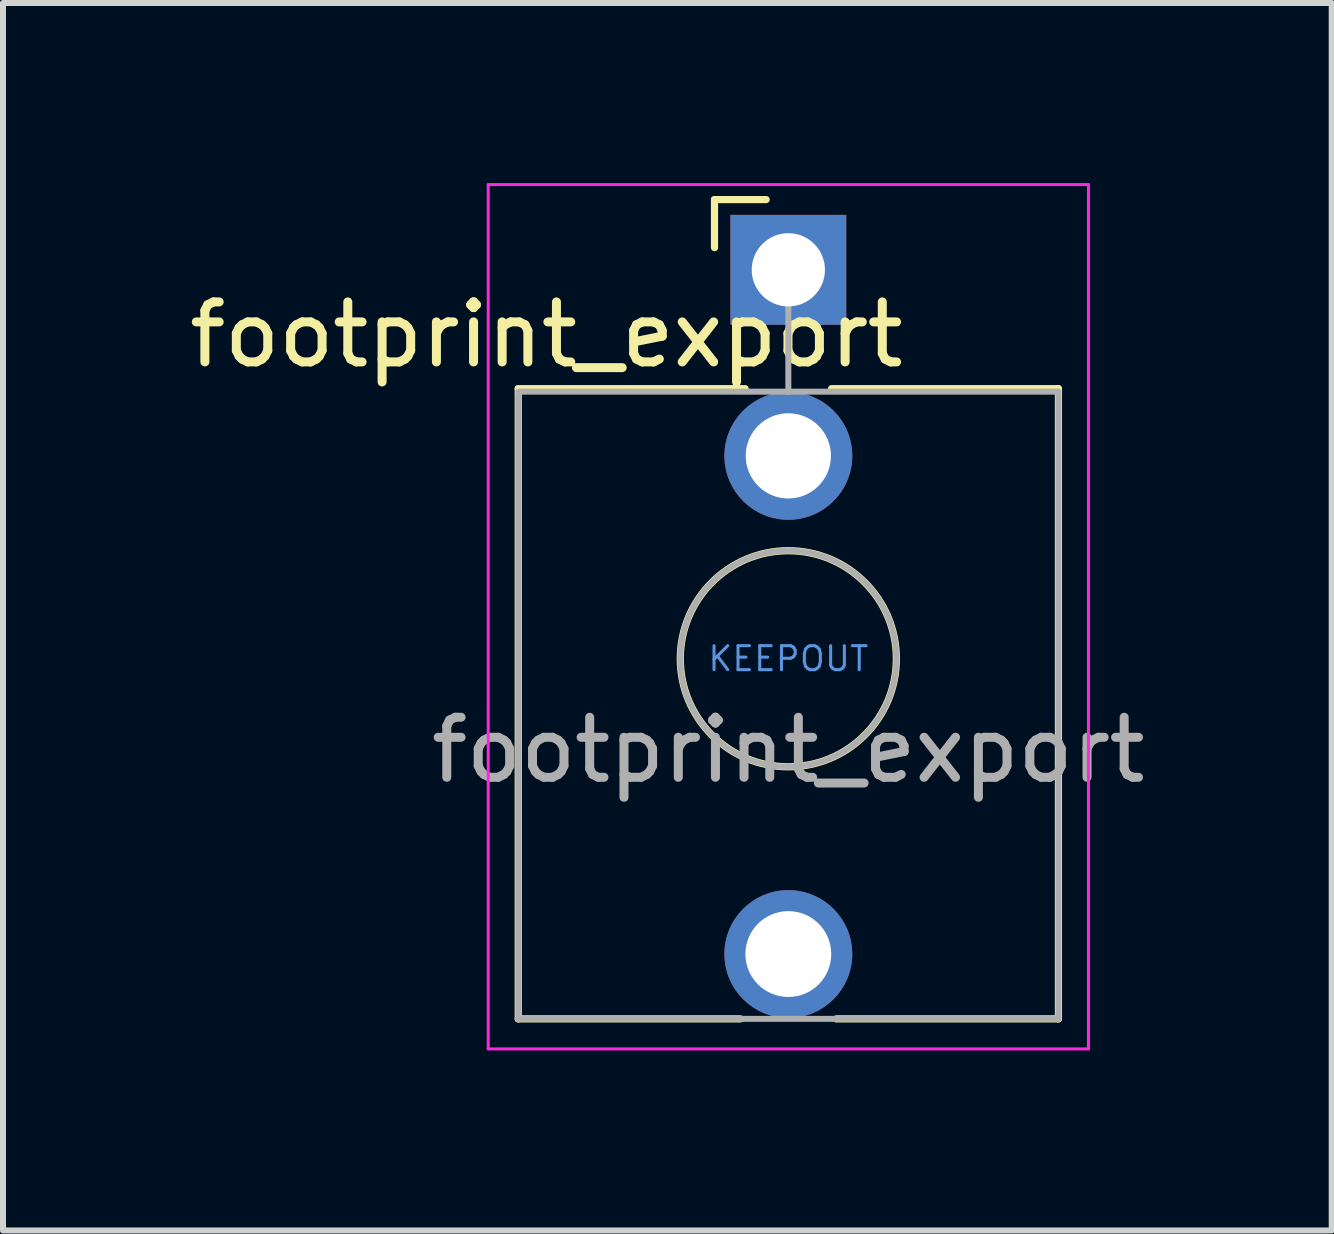
<source format=kicad_pcb>
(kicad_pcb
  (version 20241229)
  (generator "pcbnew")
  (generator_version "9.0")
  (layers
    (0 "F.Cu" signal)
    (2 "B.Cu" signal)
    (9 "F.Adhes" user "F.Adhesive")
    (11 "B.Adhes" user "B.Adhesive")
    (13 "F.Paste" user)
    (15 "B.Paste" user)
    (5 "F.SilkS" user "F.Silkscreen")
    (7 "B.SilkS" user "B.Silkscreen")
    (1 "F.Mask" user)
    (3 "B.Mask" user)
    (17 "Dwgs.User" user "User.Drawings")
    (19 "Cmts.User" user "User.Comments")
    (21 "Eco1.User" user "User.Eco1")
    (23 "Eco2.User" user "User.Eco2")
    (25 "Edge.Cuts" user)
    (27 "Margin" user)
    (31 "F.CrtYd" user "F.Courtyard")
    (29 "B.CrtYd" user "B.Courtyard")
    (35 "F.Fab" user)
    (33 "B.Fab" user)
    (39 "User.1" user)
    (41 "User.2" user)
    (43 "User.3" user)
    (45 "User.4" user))
  (footprint "footprint_export"
    (layer "F.Cu")
    (at 10.084 1.445)
    (property "Reference" "footprint_export" (at -4.03 1.08 180) (layer "F.SilkS") (effects (font (size 1 1) (thickness 0.15))))
    (attr through_hole)
    (fp_line (start -4.5 1.98) (end -4.5 12.48) (stroke (width 0.12) (type solid)) (layer "F.SilkS"))
    (fp_line (start -1.23 -1.17) (end -1.23 -0.37) (stroke (width 0.12) (type solid)) (layer "F.SilkS"))
    (fp_line (start -1.23 -1.17) (end -0.37 -1.17) (stroke (width 0.12) (type solid)) (layer "F.SilkS"))
    (fp_line (start -0.8 12.48) (end -4.5 12.48) (stroke (width 0.12) (type solid)) (layer "F.SilkS"))
    (fp_line (start -0.72 1.98) (end -4.5 1.98) (stroke (width 0.12) (type solid)) (layer "F.SilkS"))
    (fp_line (start 4.5 1.98) (end 0.72 1.98) (stroke (width 0.12) (type solid)) (layer "F.SilkS"))
    (fp_line (start 4.5 1.98) (end 4.5 12.48) (stroke (width 0.12) (type solid)) (layer "F.SilkS"))
    (fp_line (start 4.5 12.48) (end 0.8 12.48) (stroke (width 0.12) (type solid)) (layer "F.SilkS"))
    (fp_circle (center 0 6.48) (end 1.8 6.48) (stroke (width 0.12) (type solid)) (fill no) (layer "F.SilkS"))
    (fp_line (start -5 12.98) (end -5 -1.42) (stroke (width 0.05) (type solid)) (layer "F.CrtYd"))
    (fp_line (start 5 -1.42) (end -5 -1.42) (stroke (width 0.05) (type solid)) (layer "F.CrtYd"))
    (fp_line (start 5 12.98) (end -5 12.98) (stroke (width 0.05) (type solid)) (layer "F.CrtYd"))
    (fp_line (start 5 12.98) (end 5 -1.42) (stroke (width 0.05) (type solid)) (layer "F.CrtYd"))
    (fp_line (start -4.5 12.48) (end -4.5 2.08) (stroke (width 0.1) (type solid)) (layer "F.Fab"))
    (fp_line (start 0 0) (end 0 2.03) (stroke (width 0.1) (type solid)) (layer "F.Fab"))
    (fp_line (start 4.5 2.03) (end -4.5 2.03) (stroke (width 0.1) (type solid)) (layer "F.Fab"))
    (fp_line (start 4.5 12.48) (end -4.5 12.48) (stroke (width 0.1) (type solid)) (layer "F.Fab"))
    (fp_line (start 4.5 12.48) (end 4.5 2.08) (stroke (width 0.1) (type solid)) (layer "F.Fab"))
    (fp_circle (center 0 6.48) (end 1.8 6.48) (stroke (width 0.1) (type solid)) (fill no) (layer "F.Fab"))
    (fp_text user "KEEPOUT" (at 0 6.48 0) (layer "Cmts.User") (effects (font (size 0.4 0.4) (thickness 0.051))))
    (fp_text user "${REFERENCE}" (at 0 8 180) (layer "F.Fab") (effects (font (size 1 1) (thickness 0.15))))
    (pad "S" thru_hole rect (at 0 0 180) (size 1.93 1.83) (drill 1.22) (layers "*.Cu" "*.Mask"))
    (pad "T" thru_hole circle (at 0 11.4 180) (size 2.13 2.13) (drill 1.43) (layers "*.Cu" "*.Mask"))
    (pad "TN" thru_hole circle (at 0 3.1 180) (size 2.13 2.13) (drill 1.42) (layers "*.Cu" "*.Mask"))
    (zone (net_name "") (layer "F.Cu") (hatch full 0.508) (connect_pads) (min_thickness 0.254) (filled_areas_thickness no) (keepout (tracks not_allowed) (vias not_allowed) (pads not_allowed) (copperpour not_allowed) (footprints not_allowed)) (placement (enabled no)) (fill) (polygon (pts (xy 11.589 7.925) (xy 11.569 7.679) (xy 11.508 7.44) (xy 11.41 7.214) (xy 11.276 7.007) (xy 11.11 6.824) (xy 10.917 6.671) (xy 10.701 6.552) (xy 10.468 6.47) (xy 10.225 6.427) (xy 9.979 6.424) (xy 9.735 6.461) (xy 9.5 6.537) (xy 9.282 6.651) (xy 9.084 6.799) (xy 8.914 6.978) (xy 8.775 7.182) (xy 8.671 7.405) (xy 8.605 7.643) (xy 8.579 7.888) (xy 8.593 8.134) (xy 8.647 8.375) (xy 8.74 8.604) (xy 8.869 8.814) (xy 9.03 9) (xy 9.22 9.158) (xy 9.433 9.282) (xy 9.664 9.37) (xy 9.905 9.42) (xy 10.152 9.429) (xy 10.397 9.397) (xy 10.633 9.326) (xy 10.854 9.218) (xy 11.055 9.075) (xy 11.23 8.901) (xy 11.374 8.7) (xy 11.483 8.479) (xy 11.555 8.243) (xy 11.587 7.999)))))
  (gr_rect
    (start -3 -3)
    (end 19.137 17.45)
    (stroke (width 0.1) (type default))
    (fill no)
    (layer "Edge.Cuts")))
</source>
